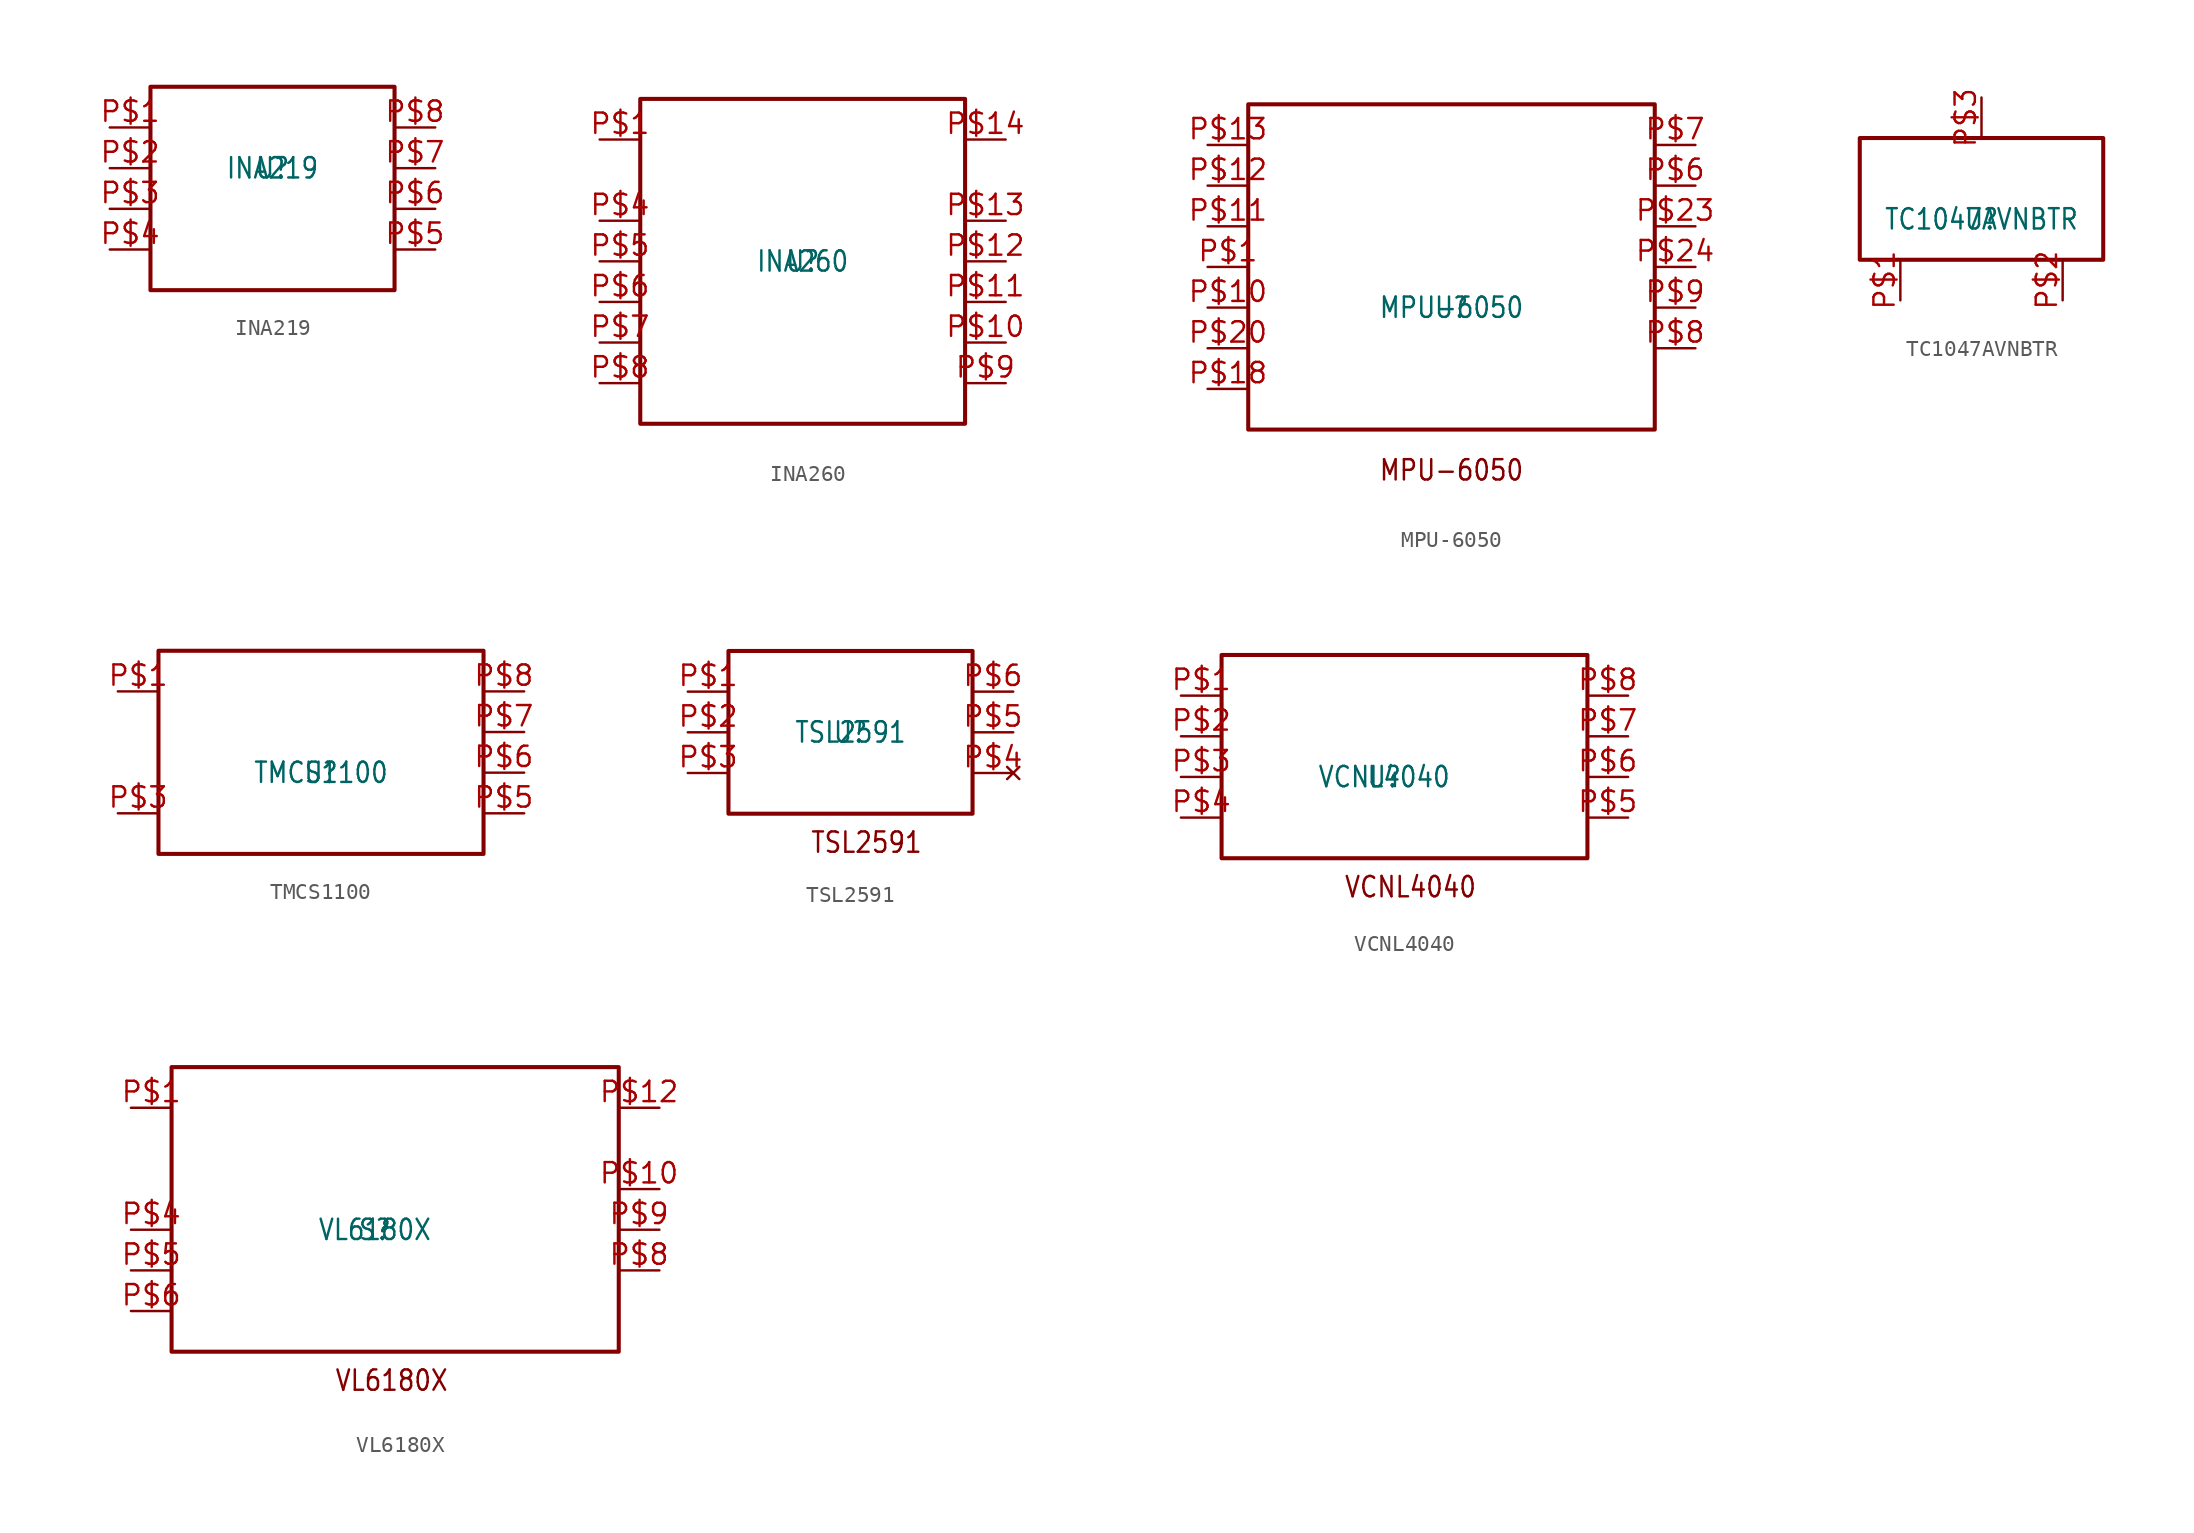
<source format=kicad_sym>
(kicad_symbol_lib
  (version 20211014)
  (generator kicad_symbol_editor)
  (symbol "INA219"
    (pin_names
      (offset 1.016) hide)
    (property "Reference" "U"
      (at 0 0 0)
      (effects (font (size 1.27 1.086))))
    (property "Value" "INA219"
      (at 0 0 0)
      (effects (font (size 1.27 1.086))))
    (symbol "INA219_0_0")
    (symbol "INA219_0_1"
      (polyline (pts (xy -7.62 5.08) (xy 7.62 5.08) (xy 7.62 -7.62) (xy -7.62 -7.62) (xy -7.62 5.08)) (stroke (width 0.254) (type default) (color 0 0 0 0))))
    (symbol "INA219_1_1"
      (pin bidirectional line (at -10.16 2.54 0) (length 2.54) (name "A1" (effects (font (size 1.27 1.086)))) (number "P$1" (effects (font (size 1.27 1.086)))))
      (pin bidirectional line (at -10.16 0 0) (length 2.54) (name "A0" (effects (font (size 1.27 1.086)))) (number "P$2" (effects (font (size 1.27 1.086)))))
      (pin bidirectional line (at -10.16 -2.54 0) (length 2.54) (name "SDA" (effects (font (size 1.27 1.086)))) (number "P$3" (effects (font (size 1.27 1.086)))))
      (pin bidirectional line (at -10.16 -5.08 0) (length 2.54) (name "SCL" (effects (font (size 1.27 1.086)))) (number "P$4" (effects (font (size 1.27 1.086)))))
      (pin bidirectional line (at 10.16 -5.08 180) (length 2.54) (name "VS" (effects (font (size 1.27 1.086)))) (number "P$5" (effects (font (size 1.27 1.086)))))
      (pin bidirectional line (at 10.16 -2.54 180) (length 2.54) (name "GND" (effects (font (size 1.27 1.086)))) (number "P$6" (effects (font (size 1.27 1.086)))))
      (pin bidirectional line (at 10.16 0 180) (length 2.54) (name "IN-" (effects (font (size 1.27 1.086)))) (number "P$7" (effects (font (size 1.27 1.086)))))
      (pin bidirectional line (at 10.16 2.54 180) (length 2.54) (name "IN+" (effects (font (size 1.27 1.086)))) (number "P$8" (effects (font (size 1.27 1.086)))))))
  (symbol "INA260"
    (pin_names
      (offset 1.016) hide)
    (property "Reference" "U"
      (at 0 0 0)
      (effects (font (size 1.27 1.086))))
    (property "Value" "INA260"
      (at 0 0 0)
      (effects (font (size 1.27 1.086))))
    (symbol "INA260_0_0")
    (symbol "INA260_0_1"
      (polyline (pts (xy -10.16 10.16) (xy 10.16 10.16) (xy 10.16 -10.16) (xy -10.16 -10.16) (xy -10.16 10.16)) (stroke (width 0.254) (type default) (color 0 0 0 0))))
    (symbol "INA260_1_1"
      (pin bidirectional line (at -12.7 7.62 0) (length 2.54) (name "IN+" (effects (font (size 1.27 1.086)))) (number "P$1" (effects (font (size 1.27 1.086)))))
      (pin bidirectional line (at -12.7 7.62 0) (length 2.54) hide (name "IN+" (effects (font (size 1.27 1.086)))) (number "P$2" (effects (font (size 1.27 1.086)))))
      (pin bidirectional line (at -12.7 7.62 0) (length 2.54) hide (name "IN+" (effects (font (size 1.27 1.086)))) (number "P$3" (effects (font (size 1.27 1.086)))))
      (pin bidirectional line (at -12.7 2.54 0) (length 2.54) (name "A1" (effects (font (size 1.27 1.086)))) (number "P$4" (effects (font (size 1.27 1.086)))))
      (pin bidirectional line (at -12.7 0 0) (length 2.54) (name "A0" (effects (font (size 1.27 1.086)))) (number "P$5" (effects (font (size 1.27 1.086)))))
      (pin bidirectional line (at -12.7 -2.54 0) (length 2.54) (name "GND6" (effects (font (size 1.27 1.086)))) (number "P$6" (effects (font (size 1.27 1.086)))))
      (pin bidirectional line (at -12.7 -5.08 0) (length 2.54) (name "ALERT" (effects (font (size 1.27 1.086)))) (number "P$7" (effects (font (size 1.27 1.086)))))
      (pin bidirectional line (at -12.7 -7.62 0) (length 2.54) (name "SDA" (effects (font (size 1.27 1.086)))) (number "P$8" (effects (font (size 1.27 1.086)))))
      (pin bidirectional line (at 12.7 -7.62 180) (length 2.54) (name "SCL" (effects (font (size 1.27 1.086)))) (number "P$9" (effects (font (size 1.27 1.086)))))
      (pin bidirectional line (at 12.7 -5.08 180) (length 2.54) (name "VS" (effects (font (size 1.27 1.086)))) (number "P$10" (effects (font (size 1.27 1.086)))))
      (pin bidirectional line (at 12.7 0 180) (length 2.54) (name "VBUS" (effects (font (size 1.27 1.086)))) (number "P$12" (effects (font (size 1.27 1.086)))))
      (pin bidirectional line (at 12.7 2.54 180) (length 2.54) (name "NC" (effects (font (size 1.27 1.086)))) (number "P$13" (effects (font (size 1.27 1.086)))))
      (pin bidirectional line (at 12.7 7.62 180) (length 2.54) (name "IN-" (effects (font (size 1.27 1.086)))) (number "P$14" (effects (font (size 1.27 1.086)))))
      (pin bidirectional line (at 12.7 7.62 180) (length 2.54) hide (name "IN-" (effects (font (size 1.27 1.086)))) (number "P$15" (effects (font (size 1.27 1.086)))))
      (pin bidirectional line (at 12.7 7.62 180) (length 2.54) hide (name "IN-" (effects (font (size 1.27 1.086)))) (number "P$16" (effects (font (size 1.27 1.086)))))
      (pin bidirectional line (at 12.7 -2.54 180) (length 2.54) (name "GND11" (effects (font (size 1.27 1.086)))) (number "P$11" (effects (font (size 1.27 1.086)))))))
  (symbol "MPU-6050"
    (pin_names
      (offset 1.016) hide)
    (property "Reference" "U"
      (at 0 0 0)
      (effects (font (size 1.27 1.086))))
    (property "Value" "MPU-6050"
      (at 0 0 0)
      (effects (font (size 1.27 1.086))))
    (symbol "MPU-6050_0_0"
      (text "MPU-6050" (at 0.0 -10.16 0) (effects (font (size 1.27 1.086)))))
    (symbol "MPU-6050_0_1"
      (polyline (pts (xy -12.7 12.7) (xy 12.7 12.7) (xy 12.7 -7.62) (xy -12.7 -7.62) (xy -12.7 12.7)) (stroke (width 0.254) (type default) (color 0 0 0 0))))
    (symbol "MPU-6050_1_1"
      (pin bidirectional line (at -15.24 2.54 0) (length 2.54) (name "CLKIN" (effects (font (size 1.27 1.086)))) (number "P$1" (effects (font (size 1.27 1.086)))))
      (pin bidirectional line (at -15.24 -2.54 0) (length 2.54) (name "CPOUT" (effects (font (size 1.27 1.086)))) (number "P$20" (effects (font (size 1.27 1.086)))))
      (pin power_in line (at -15.24 10.16 0) (length 2.54) (name "VDD" (effects (font (size 1.27 1.086)))) (number "P$13" (effects (font (size 1.27 1.086)))))
      (pin power_in line (at -15.24 -5.08 0) (length 2.54) (name "GND" (effects (font (size 1.27 1.086)))) (number "P$18" (effects (font (size 1.27 1.086)))))
      (pin power_in line (at -15.24 0 0) (length 2.54) (name "REGOUT" (effects (font (size 1.27 1.086)))) (number "P$10" (effects (font (size 1.27 1.086)))))
      (pin power_in line (at 15.24 -2.54 180) (length 2.54) (name "VLOGIC" (effects (font (size 1.27 1.086)))) (number "P$8" (effects (font (size 1.27 1.086)))))
      (pin bidirectional line (at -15.24 5.08 0) (length 2.54) (name "FSYNC" (effects (font (size 1.27 1.086)))) (number "P$11" (effects (font (size 1.27 1.086)))))
      (pin bidirectional line (at 15.24 7.62 180) (length 2.54) (name "AUX_DA" (effects (font (size 1.27 1.086)))) (number "P$6" (effects (font (size 1.27 1.086)))))
      (pin bidirectional line (at 15.24 10.16 180) (length 2.54) (name "AUX_CL" (effects (font (size 1.27 1.086)))) (number "P$7" (effects (font (size 1.27 1.086)))))
      (pin bidirectional line (at 15.24 2.54 180) (length 2.54) (name "SDA" (effects (font (size 1.27 1.086)))) (number "P$24" (effects (font (size 1.27 1.086)))))
      (pin bidirectional line (at 15.24 5.08 180) (length 2.54) (name "SCL" (effects (font (size 1.27 1.086)))) (number "P$23" (effects (font (size 1.27 1.086)))))
      (pin bidirectional line (at 15.24 0 180) (length 2.54) (name "AD0" (effects (font (size 1.27 1.086)))) (number "P$9" (effects (font (size 1.27 1.086)))))
      (pin bidirectional line (at -15.24 7.62 0) (length 2.54) (name "INT" (effects (font (size 1.27 1.086)))) (number "P$12" (effects (font (size 1.27 1.086)))))))
  (symbol "TC1047AVNBTR"
    (pin_names
      (offset 1.016) hide)
    (property "Reference" "U"
      (at 0 0 0)
      (effects (font (size 1.27 1.086))))
    (property "Value" "TC1047AVNBTR"
      (at 0 0 0)
      (effects (font (size 1.27 1.086))))
    (symbol "TC1047AVNBTR_0_0")
    (symbol "TC1047AVNBTR_0_1"
      (polyline (pts (xy -7.62 5.08) (xy 7.62 5.08) (xy 7.62 -2.54) (xy -7.62 -2.54) (xy -7.62 5.08)) (stroke (width 0.254) (type default) (color 0 0 0 0))))
    (symbol "TC1047AVNBTR_1_1"
      (pin bidirectional line (at -5.08 -5.08 90) (length 2.54) (name "VDD_1" (effects (font (size 1.27 1.086)))) (number "P$1" (effects (font (size 1.27 1.086)))))
      (pin bidirectional line (at 5.08 -5.08 90) (length 2.54) (name "VOUT_2" (effects (font (size 1.27 1.086)))) (number "P$2" (effects (font (size 1.27 1.086)))))
      (pin bidirectional line (at 0 7.62 270) (length 2.54) (name "VSS_3" (effects (font (size 1.27 1.086)))) (number "P$3" (effects (font (size 1.27 1.086)))))))
  (symbol "TMCS1100"
    (pin_names
      (offset 1.016) hide)
    (property "Reference" "U"
      (at 0 0 0)
      (effects (font (size 1.27 1.086))))
    (property "Value" "TMCS1100"
      (at 0 0 0)
      (effects (font (size 1.27 1.086))))
    (symbol "TMCS1100_0_0")
    (symbol "TMCS1100_0_1"
      (polyline (pts (xy -10.16 7.62) (xy -10.16 -5.08) (xy 10.16 -5.08) (xy 10.16 7.62) (xy -10.16 7.62)) (stroke (width 0.254) (type default) (color 0 0 0 0))))
    (symbol "TMCS1100_1_1"
      (pin bidirectional line (at -12.7 5.08 0) (length 2.54) (name "IN+" (effects (font (size 1.27 1.086)))) (number "P$1" (effects (font (size 1.27 1.086)))))
      (pin bidirectional line (at -12.7 5.08 0) (length 2.54) hide (name "IN+" (effects (font (size 1.27 1.086)))) (number "P$2" (effects (font (size 1.27 1.086)))))
      (pin bidirectional line (at -12.7 -2.54 0) (length 2.54) (name "IN-" (effects (font (size 1.27 1.086)))) (number "P$3" (effects (font (size 1.27 1.086)))))
      (pin bidirectional line (at -12.7 -2.54 0) (length 2.54) hide (name "IN-" (effects (font (size 1.27 1.086)))) (number "P$4" (effects (font (size 1.27 1.086)))))
      (pin bidirectional line (at 12.7 -2.54 180) (length 2.54) (name "GND" (effects (font (size 1.27 1.086)))) (number "P$5" (effects (font (size 1.27 1.086)))))
      (pin bidirectional line (at 12.7 0 180) (length 2.54) (name "VREF" (effects (font (size 1.27 1.086)))) (number "P$6" (effects (font (size 1.27 1.086)))))
      (pin bidirectional line (at 12.7 2.54 180) (length 2.54) (name "VOUT" (effects (font (size 1.27 1.086)))) (number "P$7" (effects (font (size 1.27 1.086)))))
      (pin bidirectional line (at 12.7 5.08 180) (length 2.54) (name "VS" (effects (font (size 1.27 1.086)))) (number "P$8" (effects (font (size 1.27 1.086)))))))
  (symbol "TSL2591"
    (pin_names
      (offset 1.016) hide)
    (property "Reference" "U"
      (at 0 0 0)
      (effects (font (size 1.27 1.086))))
    (property "Value" "TSL2591"
      (at 0 0 0)
      (effects (font (size 1.27 1.086))))
    (symbol "TSL2591_0_0"
      (text "TSL2591" (at -2.54 -7.62 0) (effects (font (size 1.27 1.086)) (justify left bottom))))
    (symbol "TSL2591_0_1"
      (polyline (pts (xy -7.62 5.08) (xy 7.62 5.08) (xy 7.62 -5.08) (xy -7.62 -5.08) (xy -7.62 5.08)) (stroke (width 0.254) (type default) (color 0 0 0 0))))
    (symbol "TSL2591_1_1"
      (pin power_in line (at 10.16 0 180) (length 2.54) (name "VDD" (effects (font (size 1.27 1.086)))) (number "P$5" (effects (font (size 1.27 1.086)))))
      (pin power_in line (at -10.16 -2.54 0) (length 2.54) (name "GND" (effects (font (size 1.27 1.086)))) (number "P$3" (effects (font (size 1.27 1.086)))))
      (pin bidirectional line (at -10.16 0 0) (length 2.54) (name "INT" (effects (font (size 1.27 1.086)))) (number "P$2" (effects (font (size 1.27 1.086)))))
      (pin bidirectional line (at -10.16 2.54 0) (length 2.54) (name "SCL" (effects (font (size 1.27 1.086)))) (number "P$1" (effects (font (size 1.27 1.086)))))
      (pin bidirectional line (at 10.16 2.54 180) (length 2.54) (name "SDA" (effects (font (size 1.27 1.086)))) (number "P$6" (effects (font (size 1.27 1.086)))))
      (pin no_connect line (at 10.16 -2.54 180) (length 2.54) (name "NC" (effects (font (size 1.27 1.086)))) (number "P$4" (effects (font (size 1.27 1.086)))))))
  (symbol "VCNL4040"
    (pin_names
      (offset 1.016) hide)
    (property "Reference" "U"
      (at 0 0 0)
      (effects (font (size 1.27 1.086))))
    (property "Value" "VCNL4040"
      (at 0 0 0)
      (effects (font (size 1.27 1.086))))
    (symbol "VCNL4040_0_0"
      (text "VCNL4040" (at -2.54 -7.62 0) (effects (font (size 1.27 1.086)) (justify left bottom))))
    (symbol "VCNL4040_0_1"
      (polyline (pts (xy -10.16 7.62) (xy 12.7 7.62) (xy 12.7 -5.08) (xy -10.16 -5.08) (xy -10.16 7.62)) (stroke (width 0.254) (type default) (color 0 0 0 0))))
    (symbol "VCNL4040_1_1"
      (pin power_in line (at -12.7 5.08 0) (length 2.54) (name "GND" (effects (font (size 1.27 1.086)))) (number "P$1" (effects (font (size 1.27 1.086)))))
      (pin bidirectional line (at -12.7 2.54 0) (length 2.54) (name "S_CATH" (effects (font (size 1.27 1.086)))) (number "P$2" (effects (font (size 1.27 1.086)))))
      (pin power_in line (at -12.7 0 0) (length 2.54) (name "VDD" (effects (font (size 1.27 1.086)))) (number "P$3" (effects (font (size 1.27 1.086)))))
      (pin bidirectional line (at -12.7 -2.54 0) (length 2.54) (name "ANODE" (effects (font (size 1.27 1.086)))) (number "P$4" (effects (font (size 1.27 1.086)))))
      (pin bidirectional line (at 15.24 5.08 180) (length 2.54) (name "SCLK" (effects (font (size 1.27 1.086)))) (number "P$8" (effects (font (size 1.27 1.086)))))
      (pin bidirectional line (at 15.24 2.54 180) (length 2.54) (name "SDAT" (effects (font (size 1.27 1.086)))) (number "P$7" (effects (font (size 1.27 1.086)))))
      (pin bidirectional line (at 15.24 0 180) (length 2.54) (name "INT" (effects (font (size 1.27 1.086)))) (number "P$6" (effects (font (size 1.27 1.086)))))
      (pin bidirectional line (at 15.24 -2.54 180) (length 2.54) (name "L_CATH" (effects (font (size 1.27 1.086)))) (number "P$5" (effects (font (size 1.27 1.086)))))))
  (symbol "VL6180X"
    (pin_names
      (offset 1.016) hide)
    (property "Reference" "S"
      (at 0 0 0)
      (effects (font (size 1.27 1.086))))
    (property "Value" "VL6180X"
      (at 0 0 0)
      (effects (font (size 1.27 1.086))))
    (symbol "VL6180X_0_0"
      (text "VL6180X" (at -2.54 -10.16 0) (effects (font (size 1.27 1.086)) (justify left bottom))))
    (symbol "VL6180X_0_1"
      (polyline (pts (xy -12.7 10.16) (xy 15.24 10.16) (xy 15.24 -7.62) (xy -12.7 -7.62) (xy -12.7 10.16)) (stroke (width 0.254) (type default) (color 0 0 0 0))))
    (symbol "VL6180X_1_1"
      (pin bidirectional line (at -15.24 7.62 0) (length 2.54) (name "GPIO1" (effects (font (size 1.27 1.086)))) (number "P$1" (effects (font (size 1.27 1.086)))))
      (pin bidirectional line (at -15.24 0 0) (length 2.54) (name "GPIO0" (effects (font (size 1.27 1.086)))) (number "P$4" (effects (font (size 1.27 1.086)))))
      (pin input line (at -15.24 -2.54 0) (length 2.54) (name "SCL" (effects (font (size 1.27 1.086)))) (number "P$5" (effects (font (size 1.27 1.086)))))
      (pin bidirectional line (at -15.24 -5.08 0) (length 2.54) (name "SDA" (effects (font (size 1.27 1.086)))) (number "P$6" (effects (font (size 1.27 1.086)))))
      (pin power_in line (at 17.78 7.62 180) (length 2.54) (name "GND" (effects (font (size 1.27 1.086)))) (number "P$12" (effects (font (size 1.27 1.086)))))
      (pin power_in line (at 17.78 2.54 180) (length 2.54) (name "AVDD" (effects (font (size 1.27 1.086)))) (number "P$10" (effects (font (size 1.27 1.086)))))
      (pin power_in line (at 17.78 0 180) (length 2.54) (name "AVCC_VCSE" (effects (font (size 1.27 1.086)))) (number "P$9" (effects (font (size 1.27 1.086)))))
      (pin power_in line (at 17.78 -2.54 180) (length 2.54) (name "AVDD_VCSE" (effects (font (size 1.27 1.086)))) (number "P$8" (effects (font (size 1.27 1.086))))))))
</source>
